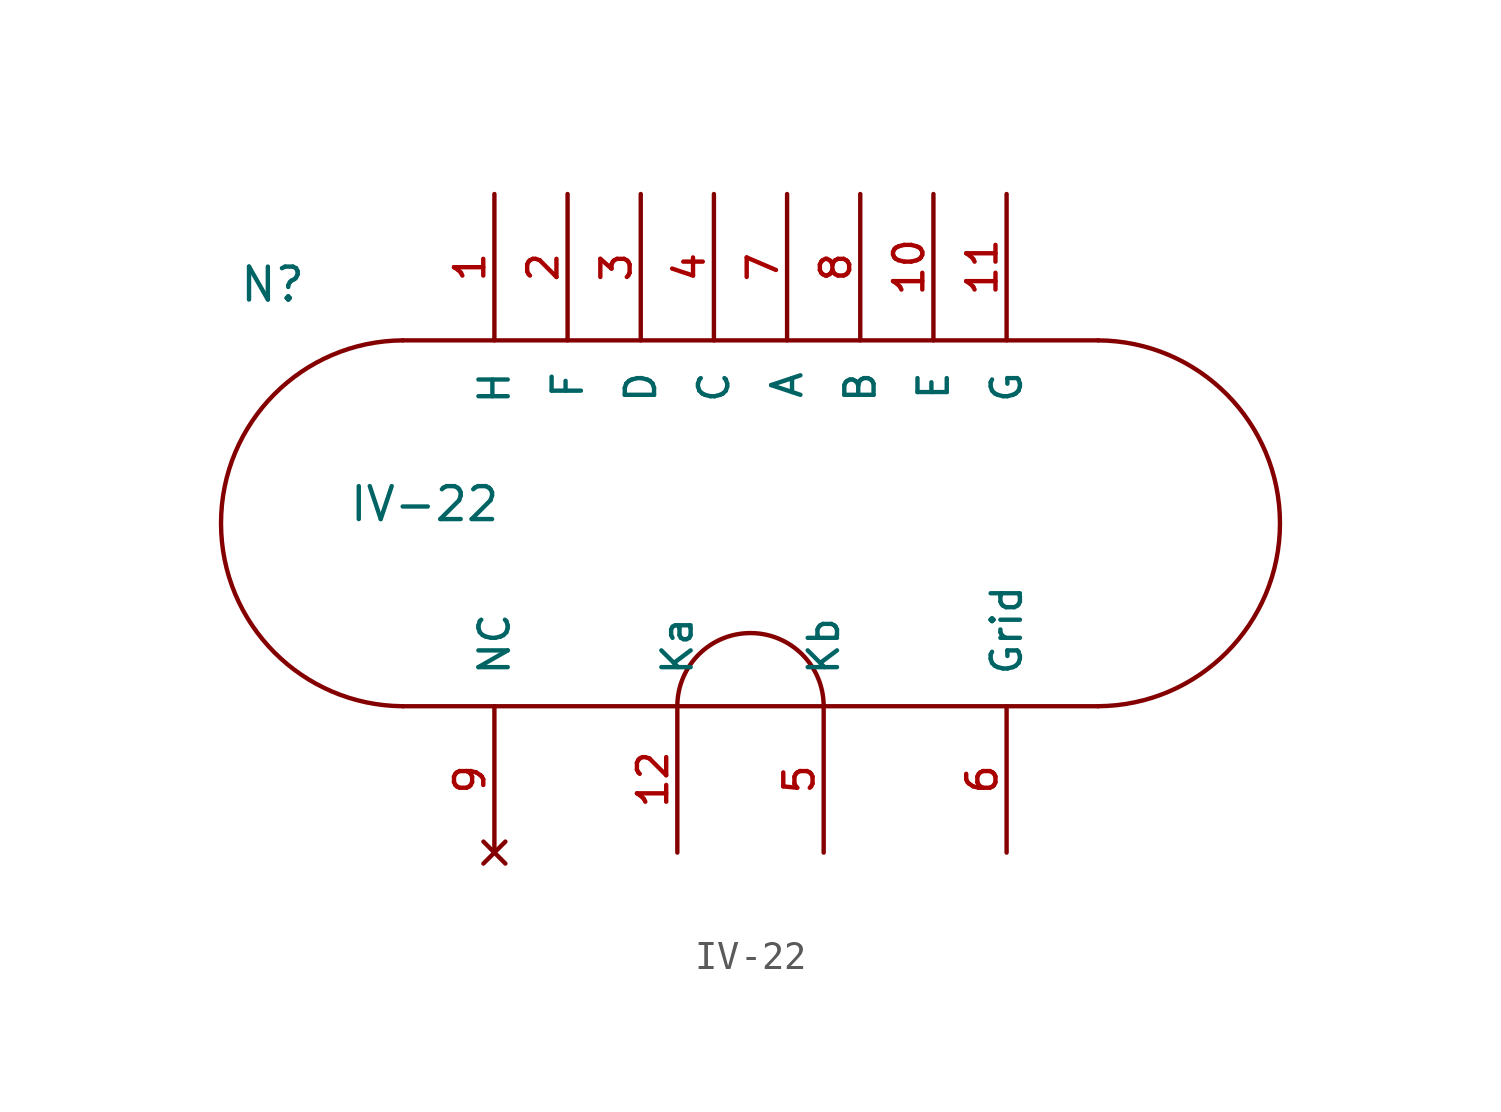
<source format=kicad_sym>
(kicad_symbol_lib
  (version 20211014)
  (generator kicad_symbol_editor)
  (symbol "IV-22"
    (pin_names
      (offset 1.016))
    (property "Reference" "N"
      (at -17.78 7.62 0)
      (effects (font (size 1.143 1.143)) (justify left bottom)))
    (property "Value" "IV-22"
      (at -13.97 0 0)
      (effects (font (size 1.143 1.143)) (justify left bottom)))
    (symbol "IV-22_0_1"
      (arc (start 2.54 -6.35) (mid 0 -3.81) (end -2.54 -6.35) (stroke (width 0) (type default) (color 0 0 0 0)) (fill (type none))))
    (symbol "IV-22_1_0"
      (polyline (pts (xy -12.065 -6.35) (xy 12.065 -6.35)) (stroke (width 0) (type default) (color 0 0 0 0)) (fill (type none)))
      (polyline (pts (xy -12.065 6.35) (xy 12.065 6.35)) (stroke (width 0) (type default) (color 0 0 0 0)) (fill (type none))))
    (symbol "IV-22_1_1"
      (arc (start -12.065 6.35) (mid -18.415 0) (end -12.065 -6.35) (stroke (width 0) (type default) (color 0 0 0 0)) (fill (type none)))
      (arc (start 12.065 -6.35) (mid 18.415 0) (end 12.065 6.35) (stroke (width 0) (type default) (color 0 0 0 0)) (fill (type none)))
      (pin power_in line (at -8.89 11.43 270) (length 5.08) (name "H" (effects (font (size 1.016 1.016)))) (number "1" (effects (font (size 1.016 1.016)))))
      (pin power_in line (at 6.35 11.43 270) (length 5.08) (name "E" (effects (font (size 1.016 1.016)))) (number "10" (effects (font (size 1.016 1.016)))))
      (pin power_in line (at 8.89 11.43 270) (length 5.08) (name "G" (effects (font (size 1.016 1.016)))) (number "11" (effects (font (size 1.016 1.016)))))
      (pin power_in line (at -2.54 -11.43 90) (length 5.08) (name "Ka" (effects (font (size 1.016 1.016)))) (number "12" (effects (font (size 1.016 1.016)))))
      (pin power_in line (at -6.35 11.43 270) (length 5.08) (name "F" (effects (font (size 1.016 1.016)))) (number "2" (effects (font (size 1.016 1.016)))))
      (pin power_in line (at -3.81 11.43 270) (length 5.08) (name "D" (effects (font (size 1.016 1.016)))) (number "3" (effects (font (size 1.016 1.016)))))
      (pin power_in line (at -1.27 11.43 270) (length 5.08) (name "C" (effects (font (size 1.016 1.016)))) (number "4" (effects (font (size 1.016 1.016)))))
      (pin power_in line (at 2.54 -11.43 90) (length 5.08) (name "Kb" (effects (font (size 1.016 1.016)))) (number "5" (effects (font (size 1.016 1.016)))))
      (pin input line (at 8.89 -11.43 90) (length 5.08) (name "Grid" (effects (font (size 1.016 1.016)))) (number "6" (effects (font (size 1.016 1.016)))))
      (pin power_in line (at 1.27 11.43 270) (length 5.08) (name "A" (effects (font (size 1.016 1.016)))) (number "7" (effects (font (size 1.016 1.016)))))
      (pin power_in line (at 3.81 11.43 270) (length 5.08) (name "B" (effects (font (size 1.016 1.016)))) (number "8" (effects (font (size 1.016 1.016)))))
      (pin no_connect line (at -8.89 -11.43 90) (length 5.08) (name "NC" (effects (font (size 1.016 1.016)))) (number "9" (effects (font (size 1.016 1.016))))))))
</source>
